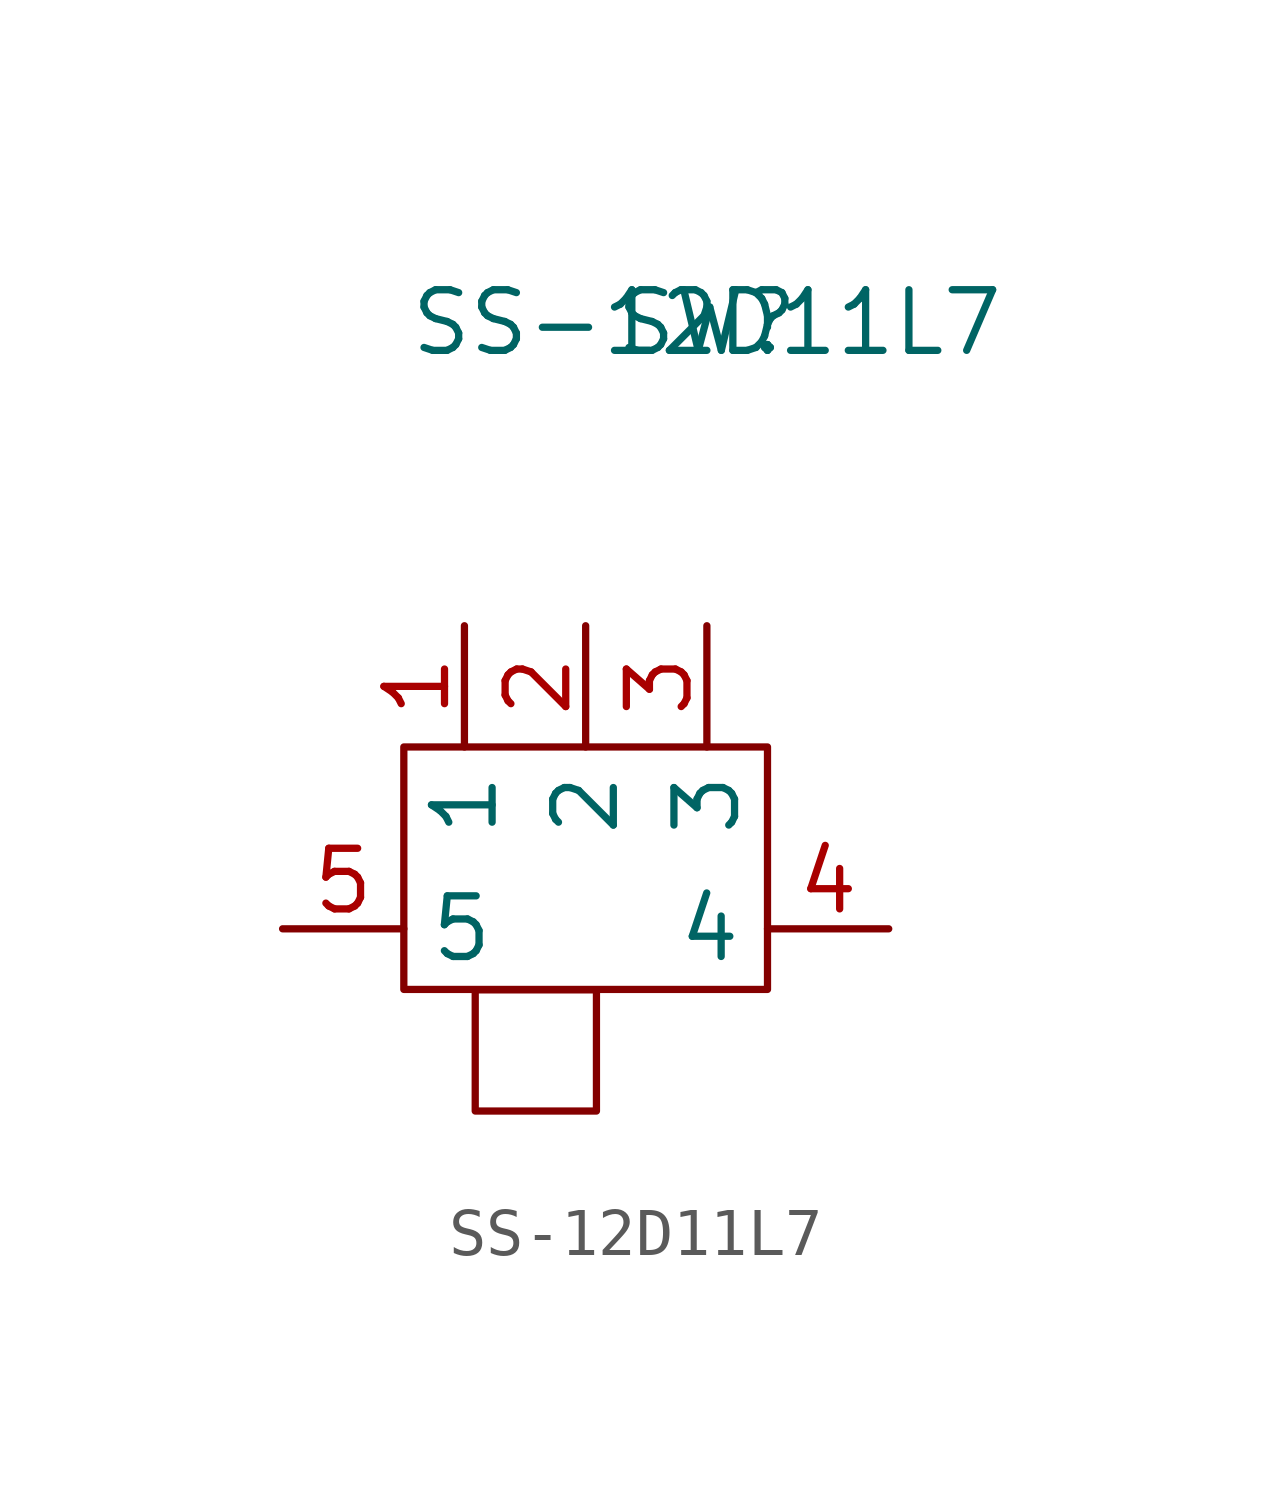
<source format=kicad_sym>
(kicad_symbol_lib
  (version 20220914)
  (generator kicad_symbol_editor)
  (symbol "SS-12D11L7"
    (property "Reference" "SW"
      (at 0 0 0)
      (effects (font (size 1.27 1.27))))
    (property "Value" "SS-12D11L7"
      (at 0 0 0)
      (effects (font (size 1.27 1.27))))
    (symbol "SS-12D11L7_0_1"
      (rectangle (start -6.35 -8.89) (end 1.27 -13.97) (stroke (width 0) (type default)) (fill (type none)))
      (rectangle (start -4.854 -13.978) (end -2.314 -16.518) (stroke (width 0) (type default)) (fill (type none))))
    (symbol "SS-12D11L7_1_1"
      (pin input line (at -5.08 -6.35 270) (length 2.54) (name "1" (effects (font (size 1.27 1.27)))) (number "1" (effects (font (size 1.27 1.27)))))
      (pin input line (at -2.54 -6.35 270) (length 2.54) (name "2" (effects (font (size 1.27 1.27)))) (number "2" (effects (font (size 1.27 1.27)))))
      (pin input line (at 0 -6.35 270) (length 2.54) (name "3" (effects (font (size 1.27 1.27)))) (number "3" (effects (font (size 1.27 1.27)))))
      (pin input line (at 3.81 -12.7 180) (length 2.54) (name "4" (effects (font (size 1.27 1.27)))) (number "4" (effects (font (size 1.27 1.27)))))
      (pin input line (at -8.89 -12.7 0) (length 2.54) (name "5" (effects (font (size 1.27 1.27)))) (number "5" (effects (font (size 1.27 1.27))))))))
</source>
